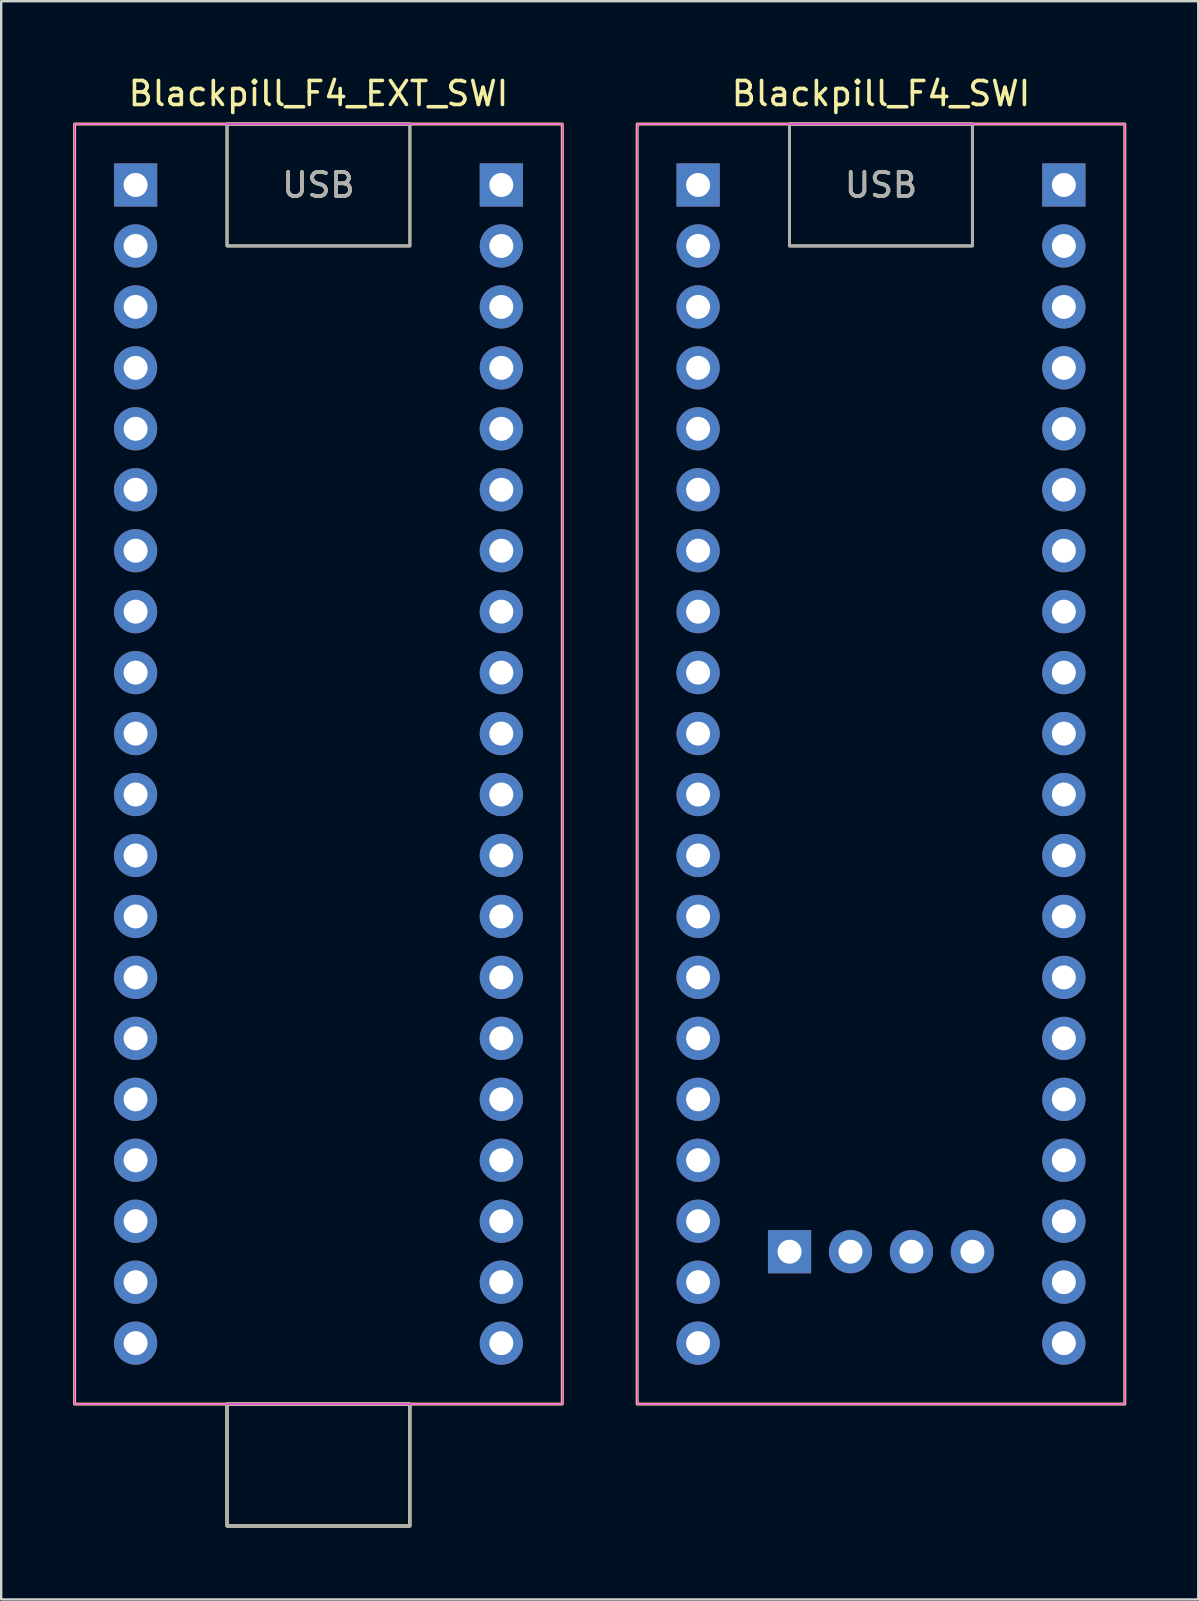
<source format=kicad_pcb>
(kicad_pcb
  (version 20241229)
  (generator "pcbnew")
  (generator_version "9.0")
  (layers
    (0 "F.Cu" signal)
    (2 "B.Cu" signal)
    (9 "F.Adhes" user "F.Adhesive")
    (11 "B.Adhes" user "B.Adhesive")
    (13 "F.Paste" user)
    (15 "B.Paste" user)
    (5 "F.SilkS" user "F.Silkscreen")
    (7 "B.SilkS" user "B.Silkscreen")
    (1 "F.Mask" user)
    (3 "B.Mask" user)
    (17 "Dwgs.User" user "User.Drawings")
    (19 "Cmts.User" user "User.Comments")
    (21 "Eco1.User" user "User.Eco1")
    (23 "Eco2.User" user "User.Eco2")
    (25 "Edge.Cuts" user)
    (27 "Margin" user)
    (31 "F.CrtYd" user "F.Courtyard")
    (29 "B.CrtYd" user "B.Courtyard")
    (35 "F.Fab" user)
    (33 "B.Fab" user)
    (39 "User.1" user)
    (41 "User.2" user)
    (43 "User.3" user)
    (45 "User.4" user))
  (footprint "Blackpill_F4_SWI"
    (layer "F.Cu")
    (at 26.04 4.658)
    (property "Reference" "Blackpill_F4_SWI" (at 7.62 -3.81 0) (layer "F.SilkS") (effects (font (size 1 1) (thickness 0.15))))
    (attr through_hole)
    (fp_rect (start -2.54 -2.54) (end 17.78 50.8) (stroke (width 0.12) (type solid)) (fill no) (layer "F.SilkS"))
    (fp_rect (start 3.81 -2.54) (end 11.43 2.54) (stroke (width 0.12) (type solid)) (fill no) (layer "F.SilkS"))
    (fp_rect (start -2.54 -2.54) (end 17.78 50.8) (stroke (width 0.05) (type solid)) (fill no) (layer "F.CrtYd"))
    (fp_rect (start 3.81 -2.54) (end 11.43 2.54) (stroke (width 0.12) (type solid)) (fill no) (layer "F.Fab"))
    (fp_text user "USB" (at 7.62 0 0) (layer "F.SilkS") (effects (font (size 1 1) (thickness 0.15))))
    (fp_text user "USB" (at 7.62 0 0) (layer "F.Fab") (effects (font (size 1 1) (thickness 0.15))))
    (pad "1" thru_hole rect (at 0 0) (size 1.8 1.8) (drill 1) (layers "*.Cu" "*.Mask"))
    (pad "2" thru_hole circle (at 0 2.54) (size 1.8 1.8) (drill 1) (layers "*.Cu" "*.Mask"))
    (pad "3" thru_hole circle (at 0 5.08) (size 1.8 1.8) (drill 1) (layers "*.Cu" "*.Mask"))
    (pad "4" thru_hole circle (at 0 7.62) (size 1.8 1.8) (drill 1) (layers "*.Cu" "*.Mask"))
    (pad "5" thru_hole circle (at 0 10.16) (size 1.8 1.8) (drill 1) (layers "*.Cu" "*.Mask"))
    (pad "6" thru_hole circle (at 0 12.7) (size 1.8 1.8) (drill 1) (layers "*.Cu" "*.Mask"))
    (pad "7" thru_hole circle (at 0 15.24) (size 1.8 1.8) (drill 1) (layers "*.Cu" "*.Mask"))
    (pad "8" thru_hole circle (at 0 17.78) (size 1.8 1.8) (drill 1) (layers "*.Cu" "*.Mask"))
    (pad "9" thru_hole circle (at 0 20.32) (size 1.8 1.8) (drill 1) (layers "*.Cu" "*.Mask"))
    (pad "10" thru_hole circle (at 0 22.86) (size 1.8 1.8) (drill 1) (layers "*.Cu" "*.Mask"))
    (pad "11" thru_hole circle (at 0 25.4) (size 1.8 1.8) (drill 1) (layers "*.Cu" "*.Mask"))
    (pad "12" thru_hole circle (at 0 27.94) (size 1.8 1.8) (drill 1) (layers "*.Cu" "*.Mask"))
    (pad "13" thru_hole circle (at 0 30.48) (size 1.8 1.8) (drill 1) (layers "*.Cu" "*.Mask"))
    (pad "14" thru_hole circle (at 0 33.02) (size 1.8 1.8) (drill 1) (layers "*.Cu" "*.Mask"))
    (pad "15" thru_hole circle (at 0 35.56) (size 1.8 1.8) (drill 1) (layers "*.Cu" "*.Mask"))
    (pad "16" thru_hole circle (at 0 38.1) (size 1.8 1.8) (drill 1) (layers "*.Cu" "*.Mask"))
    (pad "17" thru_hole circle (at 0 40.64) (size 1.8 1.8) (drill 1) (layers "*.Cu" "*.Mask"))
    (pad "18" thru_hole circle (at 0 43.18) (size 1.8 1.8) (drill 1) (layers "*.Cu" "*.Mask"))
    (pad "19" thru_hole circle (at 0 45.72) (size 1.8 1.8) (drill 1) (layers "*.Cu" "*.Mask"))
    (pad "20" thru_hole circle (at 0 48.26) (size 1.8 1.8) (drill 1) (layers "*.Cu" "*.Mask"))
    (pad "21" thru_hole circle (at 15.24 48.26) (size 1.8 1.8) (drill 1) (layers "*.Cu" "*.Mask"))
    (pad "22" thru_hole circle (at 15.24 45.72) (size 1.8 1.8) (drill 1) (layers "*.Cu" "*.Mask"))
    (pad "23" thru_hole circle (at 15.24 43.18) (size 1.8 1.8) (drill 1) (layers "*.Cu" "*.Mask"))
    (pad "24" thru_hole circle (at 15.24 40.64) (size 1.8 1.8) (drill 1) (layers "*.Cu" "*.Mask"))
    (pad "25" thru_hole circle (at 15.24 38.1) (size 1.8 1.8) (drill 1) (layers "*.Cu" "*.Mask"))
    (pad "26" thru_hole circle (at 15.24 35.56) (size 1.8 1.8) (drill 1) (layers "*.Cu" "*.Mask"))
    (pad "27" thru_hole circle (at 15.24 33.02) (size 1.8 1.8) (drill 1) (layers "*.Cu" "*.Mask"))
    (pad "28" thru_hole circle (at 15.24 30.48) (size 1.8 1.8) (drill 1) (layers "*.Cu" "*.Mask"))
    (pad "29" thru_hole circle (at 15.24 27.94) (size 1.8 1.8) (drill 1) (layers "*.Cu" "*.Mask"))
    (pad "30" thru_hole circle (at 15.24 25.4) (size 1.8 1.8) (drill 1) (layers "*.Cu" "*.Mask"))
    (pad "31" thru_hole circle (at 15.24 22.86) (size 1.8 1.8) (drill 1) (layers "*.Cu" "*.Mask"))
    (pad "32" thru_hole circle (at 15.24 20.32) (size 1.8 1.8) (drill 1) (layers "*.Cu" "*.Mask"))
    (pad "33" thru_hole circle (at 15.24 17.78) (size 1.8 1.8) (drill 1) (layers "*.Cu" "*.Mask"))
    (pad "34" thru_hole circle (at 15.24 15.24) (size 1.8 1.8) (drill 1) (layers "*.Cu" "*.Mask"))
    (pad "35" thru_hole circle (at 15.24 12.7) (size 1.8 1.8) (drill 1) (layers "*.Cu" "*.Mask"))
    (pad "36" thru_hole circle (at 15.24 10.16) (size 1.8 1.8) (drill 1) (layers "*.Cu" "*.Mask"))
    (pad "37" thru_hole circle (at 15.24 7.62) (size 1.8 1.8) (drill 1) (layers "*.Cu" "*.Mask"))
    (pad "38" thru_hole circle (at 15.24 5.08) (size 1.8 1.8) (drill 1) (layers "*.Cu" "*.Mask"))
    (pad "39" thru_hole circle (at 15.24 2.54) (size 1.8 1.8) (drill 1) (layers "*.Cu" "*.Mask"))
    (pad "40" thru_hole rect (at 15.24 0) (size 1.8 1.8) (drill 1) (layers "*.Cu" "*.Mask"))
    (pad "41" thru_hole rect (at 3.81 44.45) (size 1.8 1.8) (drill 1) (layers "*.Cu" "*.Mask"))
    (pad "42" thru_hole circle (at 6.35 44.45) (size 1.8 1.8) (drill 1) (layers "*.Cu" "*.Mask"))
    (pad "43" thru_hole circle (at 8.89 44.45) (size 1.8 1.8) (drill 1) (layers "*.Cu" "*.Mask"))
    (pad "44" thru_hole circle (at 11.43 44.45) (size 1.8 1.8) (drill 1) (layers "*.Cu" "*.Mask")))
  (footprint "Blackpill_F4_EXT_SWI"
    (layer "F.Cu")
    (at 2.6 4.658)
    (property "Reference" "Blackpill_F4_EXT_SWI" (at 7.62 -3.81 0) (layer "F.SilkS") (effects (font (size 1 1) (thickness 0.15))))
    (attr through_hole)
    (fp_rect (start -2.54 -2.54) (end 17.78 50.8) (stroke (width 0.12) (type solid)) (fill no) (layer "F.SilkS"))
    (fp_rect (start 3.81 -2.54) (end 11.43 2.54) (stroke (width 0.12) (type solid)) (fill no) (layer "F.SilkS"))
    (fp_rect (start 3.81 50.8) (end 11.43 55.88) (stroke (width 0.12) (type solid)) (fill no) (layer "F.SilkS"))
    (fp_rect (start 3.81 50.8) (end 11.43 55.88) (stroke (width 0.12) (type solid)) (fill no) (layer "F.SilkS"))
    (fp_rect (start -2.54 -2.54) (end 17.78 50.8) (stroke (width 0.05) (type solid)) (fill no) (layer "F.CrtYd"))
    (fp_rect (start 3.81 -2.54) (end 11.43 2.54) (stroke (width 0.12) (type solid)) (fill no) (layer "F.Fab"))
    (fp_rect (start 3.81 50.8) (end 11.43 55.88) (stroke (width 0.12) (type solid)) (fill no) (layer "F.Fab"))
    (fp_text user "USB" (at 7.62 0 0) (layer "F.SilkS") (effects (font (size 1 1) (thickness 0.15))))
    (fp_text user "USB" (at 7.62 0 0) (layer "F.Fab") (effects (font (size 1 1) (thickness 0.15))))
    (pad "1" thru_hole rect (at 0 0) (size 1.8 1.8) (drill 1) (layers "*.Cu" "*.Mask"))
    (pad "2" thru_hole circle (at 0 2.54) (size 1.8 1.8) (drill 1) (layers "*.Cu" "*.Mask"))
    (pad "3" thru_hole circle (at 0 5.08) (size 1.8 1.8) (drill 1) (layers "*.Cu" "*.Mask"))
    (pad "4" thru_hole circle (at 0 7.62) (size 1.8 1.8) (drill 1) (layers "*.Cu" "*.Mask"))
    (pad "5" thru_hole circle (at 0 10.16) (size 1.8 1.8) (drill 1) (layers "*.Cu" "*.Mask"))
    (pad "6" thru_hole circle (at 0 12.7) (size 1.8 1.8) (drill 1) (layers "*.Cu" "*.Mask"))
    (pad "7" thru_hole circle (at 0 15.24) (size 1.8 1.8) (drill 1) (layers "*.Cu" "*.Mask"))
    (pad "8" thru_hole circle (at 0 17.78) (size 1.8 1.8) (drill 1) (layers "*.Cu" "*.Mask"))
    (pad "9" thru_hole circle (at 0 20.32) (size 1.8 1.8) (drill 1) (layers "*.Cu" "*.Mask"))
    (pad "10" thru_hole circle (at 0 22.86) (size 1.8 1.8) (drill 1) (layers "*.Cu" "*.Mask"))
    (pad "11" thru_hole circle (at 0 25.4) (size 1.8 1.8) (drill 1) (layers "*.Cu" "*.Mask"))
    (pad "12" thru_hole circle (at 0 27.94) (size 1.8 1.8) (drill 1) (layers "*.Cu" "*.Mask"))
    (pad "13" thru_hole circle (at 0 30.48) (size 1.8 1.8) (drill 1) (layers "*.Cu" "*.Mask"))
    (pad "14" thru_hole circle (at 0 33.02) (size 1.8 1.8) (drill 1) (layers "*.Cu" "*.Mask"))
    (pad "15" thru_hole circle (at 0 35.56) (size 1.8 1.8) (drill 1) (layers "*.Cu" "*.Mask"))
    (pad "16" thru_hole circle (at 0 38.1) (size 1.8 1.8) (drill 1) (layers "*.Cu" "*.Mask"))
    (pad "17" thru_hole circle (at 0 40.64) (size 1.8 1.8) (drill 1) (layers "*.Cu" "*.Mask"))
    (pad "18" thru_hole circle (at 0 43.18) (size 1.8 1.8) (drill 1) (layers "*.Cu" "*.Mask"))
    (pad "19" thru_hole circle (at 0 45.72) (size 1.8 1.8) (drill 1) (layers "*.Cu" "*.Mask"))
    (pad "20" thru_hole circle (at 0 48.26) (size 1.8 1.8) (drill 1) (layers "*.Cu" "*.Mask"))
    (pad "21" thru_hole circle (at 15.24 48.26) (size 1.8 1.8) (drill 1) (layers "*.Cu" "*.Mask"))
    (pad "22" thru_hole circle (at 15.24 45.72) (size 1.8 1.8) (drill 1) (layers "*.Cu" "*.Mask"))
    (pad "23" thru_hole circle (at 15.24 43.18) (size 1.8 1.8) (drill 1) (layers "*.Cu" "*.Mask"))
    (pad "24" thru_hole circle (at 15.24 40.64) (size 1.8 1.8) (drill 1) (layers "*.Cu" "*.Mask"))
    (pad "25" thru_hole circle (at 15.24 38.1) (size 1.8 1.8) (drill 1) (layers "*.Cu" "*.Mask"))
    (pad "26" thru_hole circle (at 15.24 35.56) (size 1.8 1.8) (drill 1) (layers "*.Cu" "*.Mask"))
    (pad "27" thru_hole circle (at 15.24 33.02) (size 1.8 1.8) (drill 1) (layers "*.Cu" "*.Mask"))
    (pad "28" thru_hole circle (at 15.24 30.48) (size 1.8 1.8) (drill 1) (layers "*.Cu" "*.Mask"))
    (pad "29" thru_hole circle (at 15.24 27.94) (size 1.8 1.8) (drill 1) (layers "*.Cu" "*.Mask"))
    (pad "30" thru_hole circle (at 15.24 25.4) (size 1.8 1.8) (drill 1) (layers "*.Cu" "*.Mask"))
    (pad "31" thru_hole circle (at 15.24 22.86) (size 1.8 1.8) (drill 1) (layers "*.Cu" "*.Mask"))
    (pad "32" thru_hole circle (at 15.24 20.32) (size 1.8 1.8) (drill 1) (layers "*.Cu" "*.Mask"))
    (pad "33" thru_hole circle (at 15.24 17.78) (size 1.8 1.8) (drill 1) (layers "*.Cu" "*.Mask"))
    (pad "34" thru_hole circle (at 15.24 15.24) (size 1.8 1.8) (drill 1) (layers "*.Cu" "*.Mask"))
    (pad "35" thru_hole circle (at 15.24 12.7) (size 1.8 1.8) (drill 1) (layers "*.Cu" "*.Mask"))
    (pad "36" thru_hole circle (at 15.24 10.16) (size 1.8 1.8) (drill 1) (layers "*.Cu" "*.Mask"))
    (pad "37" thru_hole circle (at 15.24 7.62) (size 1.8 1.8) (drill 1) (layers "*.Cu" "*.Mask"))
    (pad "38" thru_hole circle (at 15.24 5.08) (size 1.8 1.8) (drill 1) (layers "*.Cu" "*.Mask"))
    (pad "39" thru_hole circle (at 15.24 2.54) (size 1.8 1.8) (drill 1) (layers "*.Cu" "*.Mask"))
    (pad "40" thru_hole rect (at 15.24 0) (size 1.8 1.8) (drill 1) (layers "*.Cu" "*.Mask")))
  (gr_rect
    (start -3 -3)
    (end 46.88 63.598)
    (stroke (width 0.1) (type default))
    (fill no)
    (layer "Edge.Cuts")))
</source>
